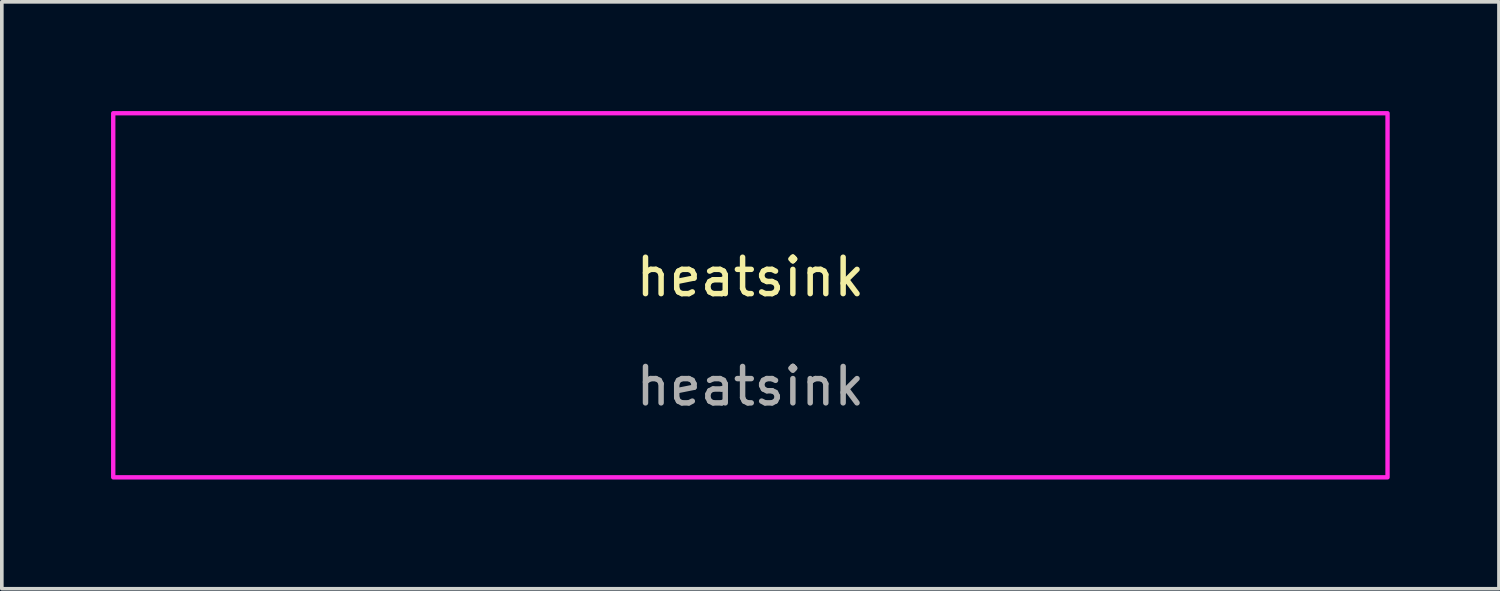
<source format=kicad_pcb>
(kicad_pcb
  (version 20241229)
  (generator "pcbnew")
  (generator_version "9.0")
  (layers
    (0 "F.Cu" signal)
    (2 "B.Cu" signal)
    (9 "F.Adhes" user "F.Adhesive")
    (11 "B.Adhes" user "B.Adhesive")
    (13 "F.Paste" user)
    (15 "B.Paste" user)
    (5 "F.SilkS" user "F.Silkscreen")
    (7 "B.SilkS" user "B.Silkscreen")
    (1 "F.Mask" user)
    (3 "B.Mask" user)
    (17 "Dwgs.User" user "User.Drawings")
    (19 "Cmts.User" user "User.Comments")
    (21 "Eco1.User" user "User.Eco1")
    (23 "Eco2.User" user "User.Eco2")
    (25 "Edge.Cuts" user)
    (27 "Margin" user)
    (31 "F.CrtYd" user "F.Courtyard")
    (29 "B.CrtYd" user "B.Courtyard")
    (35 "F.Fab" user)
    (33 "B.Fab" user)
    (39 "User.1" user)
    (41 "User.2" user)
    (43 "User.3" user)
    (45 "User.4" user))
  (footprint "heatsink"
    (layer "F.Cu")
    (at 17.56 5.06)
    (property "Reference" "heatsink" (at 0 -0.5 0) (unlocked yes) (layer "F.SilkS") (effects (font (size 1 1) (thickness 0.15))))
    (attr through_hole)
    (fp_rect (start -17.5 -5) (end 17.5 5) (stroke (width 0.12) (type default)) (fill no) (layer "F.CrtYd"))
    (fp_text user "${REFERENCE}" (at 0 2.5 0) (unlocked yes) (layer "F.Fab") (effects (font (size 1 1) (thickness 0.15)))))
  (gr_rect
    (start -3 -3)
    (end 38.12 13.12)
    (stroke (width 0.1) (type default))
    (fill no)
    (layer "Edge.Cuts")))
</source>
